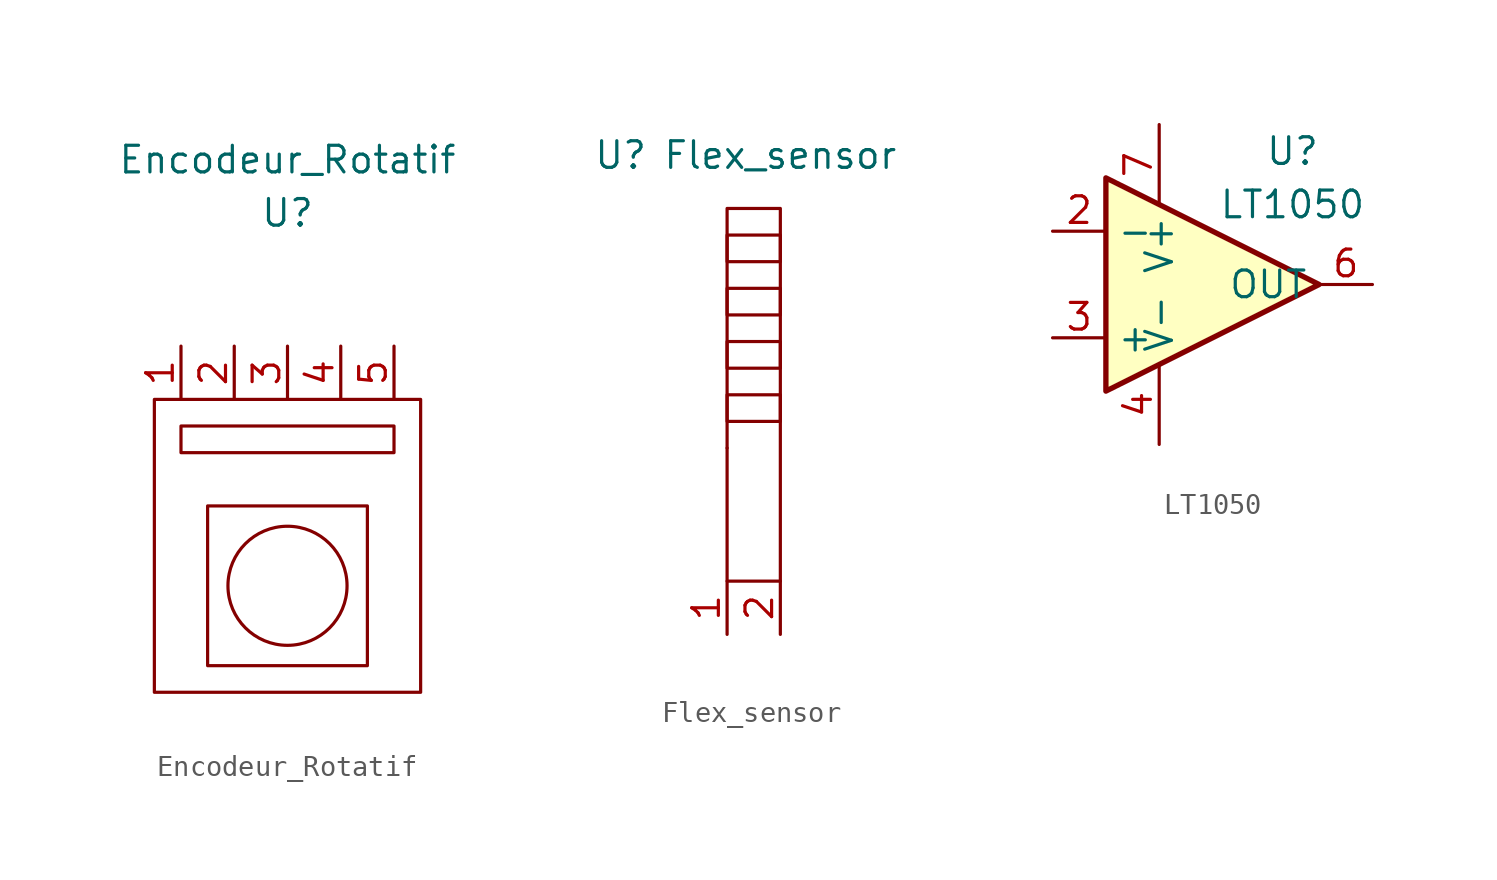
<source format=kicad_sym>
(kicad_symbol_lib
  (version 20211014)
  (generator kicad_symbol_editor)
  (symbol "Encodeur_Rotatif"
    (property "Reference" "U"
      (at 0 3.81 0)
      (effects (font (size 1.27 1.27))))
    (property "Value" "Encodeur_Rotatif"
      (at 0 6.35 0)
      (effects (font (size 1.27 1.27))))
    (symbol "Encodeur_Rotatif_0_1"
      (rectangle (start -6.35 -5.08) (end 6.35 -19.05) (stroke (width 0) (type default) (color 0 0 0 0)) (fill (type none)))
      (rectangle (start -5.08 -6.35) (end 5.08 -7.62) (stroke (width 0) (type default) (color 0 0 0 0)) (fill (type none)))
      (rectangle (start -3.81 -10.16) (end 3.81 -17.78) (stroke (width 0) (type default) (color 0 0 0 0)) (fill (type none)))
      (circle (center 0 -13.97) (radius 2.84) (stroke (width 0) (type default) (color 0 0 0 0)) (fill (type none))))
    (symbol "Encodeur_Rotatif_1_1"
      (pin input line (at -5.08 -2.54 270) (length 2.54) (name "" (effects (font (size 1.27 1.27)))) (number "1" (effects (font (size 1.27 1.27)))))
      (pin input line (at -2.54 -2.54 270) (length 2.54) (name "" (effects (font (size 1.27 1.27)))) (number "2" (effects (font (size 1.27 1.27)))))
      (pin input line (at 0 -2.54 270) (length 2.54) (name "" (effects (font (size 1.27 1.27)))) (number "3" (effects (font (size 1.27 1.27)))))
      (pin input line (at 2.54 -2.54 270) (length 2.54) (name "" (effects (font (size 1.27 1.27)))) (number "4" (effects (font (size 1.27 1.27)))))
      (pin input line (at 5.08 -2.54 270) (length 2.54) (name "" (effects (font (size 1.27 1.27)))) (number "5" (effects (font (size 1.27 1.27)))))))
  (symbol "Flex_sensor"
    (property "Reference" "U"
      (at -6.35 3.81 0)
      (effects (font (size 1.27 1.27))))
    (property "Value" "Flex_sensor"
      (at 1.27 3.81 0)
      (effects (font (size 1.27 1.27))))
    (symbol "Flex_sensor_0_1"
      (rectangle (start -1.27 -10.16) (end -1.27 -10.16) (stroke (width 0) (type default) (color 0 0 0 0)) (fill (type none)))
      (rectangle (start -1.27 -7.62) (end 1.27 -8.89) (stroke (width 0) (type default) (color 0 0 0 0)) (fill (type none)))
      (rectangle (start -1.27 -5.08) (end 1.27 -6.35) (stroke (width 0) (type default) (color 0 0 0 0)) (fill (type none)))
      (rectangle (start -1.27 -2.54) (end 1.27 -3.81) (stroke (width 0) (type default) (color 0 0 0 0)) (fill (type none)))
      (rectangle (start -1.27 0) (end 1.27 -1.27) (stroke (width 0) (type default) (color 0 0 0 0)) (fill (type none)))
      (rectangle (start -1.27 1.27) (end 1.27 -16.51) (stroke (width 0) (type default) (color 0 0 0 0)) (fill (type none))))
    (symbol "Flex_sensor_1_1"
      (pin input line (at -1.27 -19.05 90) (length 2.54) (name "" (effects (font (size 1.27 1.27)))) (number "1" (effects (font (size 1.27 1.27)))))
      (pin input line (at 1.27 -19.05 90) (length 2.54) (name "" (effects (font (size 1.27 1.27)))) (number "2" (effects (font (size 1.27 1.27)))))))
  (symbol "LT1050"
    (property "Reference" "U"
      (at 3.81 5.08 0)
      (effects (font (size 1.27 1.27))))
    (property "Value" "LT1050"
      (at 3.81 2.54 0)
      (effects (font (size 1.27 1.27))))
    (symbol "LT1050_0_1"
      (polyline (pts (xy -5.08 3.81) (xy 5.08 -1.27) (xy -5.08 -6.35) (xy -5.08 3.81)) (stroke (width 0.254) (type default) (color 0 0 0 0)) (fill (type background))))
    (symbol "LT1050_1_1"
      (pin no_connect line (at 2.54 0 90) (length 2.54) hide (name "NC1" (effects (font (size 1.27 1.27)))) (number "1" (effects (font (size 1.27 1.27)))))
      (pin input line (at -7.62 1.27 0) (length 2.54) (name "-" (effects (font (size 1.27 1.27)))) (number "2" (effects (font (size 1.27 1.27)))))
      (pin input line (at -7.62 -3.81 0) (length 2.54) (name "+" (effects (font (size 1.27 1.27)))) (number "3" (effects (font (size 1.27 1.27)))))
      (pin power_in line (at -2.54 -8.89 90) (length 3.81) (name "V-" (effects (font (size 1.27 1.27)))) (number "4" (effects (font (size 1.27 1.27)))))
      (pin no_connect line (at 0 1.27 90) (length 2.54) hide (name "EXT_CLK" (effects (font (size 1.27 1.27)))) (number "5" (effects (font (size 1.27 1.27)))))
      (pin bidirectional line (at 7.62 -1.27 180) (length 2.54) (name "OUT" (effects (font (size 1.27 1.27)))) (number "6" (effects (font (size 1.27 1.27)))))
      (pin power_in line (at -2.54 6.35 270) (length 3.81) (name "V+" (effects (font (size 1.27 1.27)))) (number "7" (effects (font (size 1.27 1.27)))))
      (pin no_connect line (at 0 -3.81 270) (length 2.54) hide (name "NC2" (effects (font (size 1.27 1.27)))) (number "8" (effects (font (size 1.27 1.27))))))))
</source>
